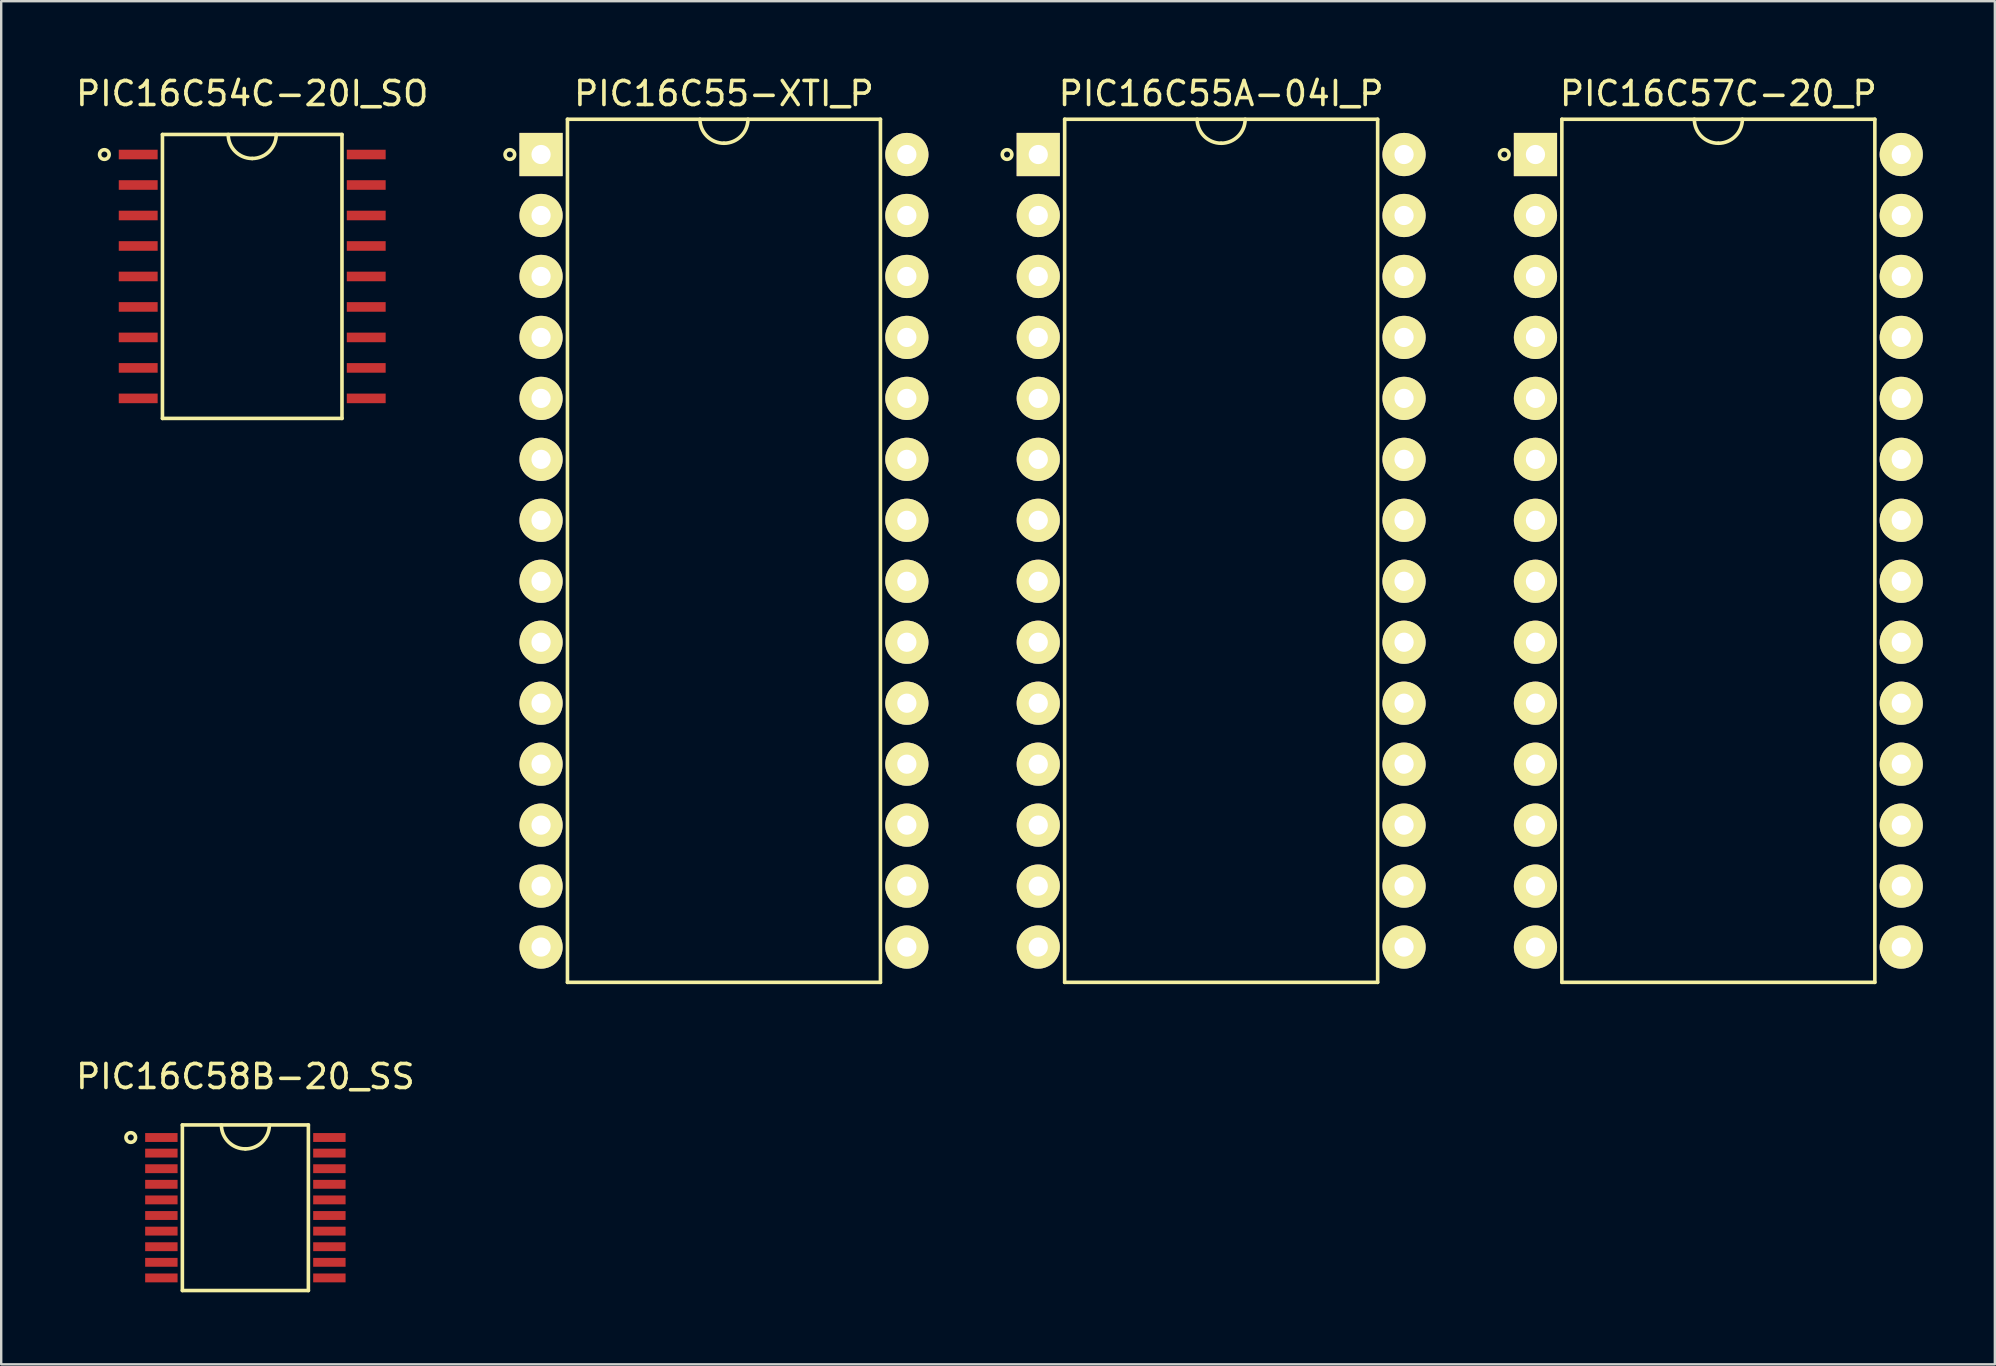
<source format=kicad_pcb>
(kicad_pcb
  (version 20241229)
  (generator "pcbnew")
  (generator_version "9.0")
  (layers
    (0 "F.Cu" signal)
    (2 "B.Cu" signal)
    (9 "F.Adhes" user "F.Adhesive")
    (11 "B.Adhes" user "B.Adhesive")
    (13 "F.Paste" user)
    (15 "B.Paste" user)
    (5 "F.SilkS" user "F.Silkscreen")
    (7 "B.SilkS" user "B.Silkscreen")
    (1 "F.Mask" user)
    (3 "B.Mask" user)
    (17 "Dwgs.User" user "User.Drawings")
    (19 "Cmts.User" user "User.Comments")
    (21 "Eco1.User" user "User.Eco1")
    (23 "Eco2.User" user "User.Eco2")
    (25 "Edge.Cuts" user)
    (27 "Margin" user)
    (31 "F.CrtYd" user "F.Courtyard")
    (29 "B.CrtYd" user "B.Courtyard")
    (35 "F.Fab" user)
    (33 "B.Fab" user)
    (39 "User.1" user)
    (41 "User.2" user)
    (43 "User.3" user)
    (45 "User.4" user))
  (footprint "PIC16C54C-20I_SO"
    (layer "F.Cu")
    (at 2.708 3.388)
    (property "Reference" "PIC16C54C-20I_SO" (at 4.75 -2.54 0) (layer "F.SilkS") (effects (font (size 1 1) (thickness 0.15))))
    (attr through_hole)
    (fp_line (start 1.01 -0.835) (end 8.49 -0.835) (stroke (width 0.15) (type solid)) (layer "F.SilkS"))
    (fp_line (start 1.01 10.995) (end 1.01 -0.835) (stroke (width 0.15) (type solid)) (layer "F.SilkS"))
    (fp_line (start 8.49 -0.835) (end 8.49 10.995) (stroke (width 0.15) (type solid)) (layer "F.SilkS"))
    (fp_line (start 8.49 10.995) (end 1.01 10.995) (stroke (width 0.15) (type solid)) (layer "F.SilkS"))
    (fp_arc (start 4.75 0.165) (mid 4.042893 -0.127893) (end 3.75 -0.835) (stroke (width 0.15) (type solid)) (layer "F.SilkS"))
    (fp_arc (start 5.75 -0.835) (mid 5.457107 -0.127893) (end 4.75 0.165) (stroke (width 0.15) (type solid)) (layer "F.SilkS"))
    (fp_circle (center -1.41 0) (end -1.41 0.2) (stroke (width 0.15) (type solid)) (fill no) (layer "F.SilkS"))
    (pad "1" smd rect (at 0 0) (size 1.62 0.4) (layers "F.Cu" "F.Mask" "F.Paste"))
    (pad "2" smd rect (at 0 1.27) (size 1.62 0.4) (layers "F.Cu" "F.Mask" "F.Paste"))
    (pad "3" smd rect (at 0 2.54) (size 1.62 0.4) (layers "F.Cu" "F.Mask" "F.Paste"))
    (pad "4" smd rect (at 0 3.81) (size 1.62 0.4) (layers "F.Cu" "F.Mask" "F.Paste"))
    (pad "5" smd rect (at 0 5.08) (size 1.62 0.4) (layers "F.Cu" "F.Mask" "F.Paste"))
    (pad "6" smd rect (at 0 6.35) (size 1.62 0.4) (layers "F.Cu" "F.Mask" "F.Paste"))
    (pad "7" smd rect (at 0 7.62) (size 1.62 0.4) (layers "F.Cu" "F.Mask" "F.Paste"))
    (pad "8" smd rect (at 0 8.89) (size 1.62 0.4) (layers "F.Cu" "F.Mask" "F.Paste"))
    (pad "9" smd rect (at 0 10.16) (size 1.62 0.4) (layers "F.Cu" "F.Mask" "F.Paste"))
    (pad "10" smd rect (at 9.5 10.16) (size 1.62 0.4) (layers "F.Cu" "F.Mask" "F.Paste"))
    (pad "11" smd rect (at 9.5 8.89) (size 1.62 0.4) (layers "F.Cu" "F.Mask" "F.Paste"))
    (pad "12" smd rect (at 9.5 7.62) (size 1.62 0.4) (layers "F.Cu" "F.Mask" "F.Paste"))
    (pad "13" smd rect (at 9.5 6.35) (size 1.62 0.4) (layers "F.Cu" "F.Mask" "F.Paste"))
    (pad "14" smd rect (at 9.5 5.08) (size 1.62 0.4) (layers "F.Cu" "F.Mask" "F.Paste"))
    (pad "15" smd rect (at 9.5 3.81) (size 1.62 0.4) (layers "F.Cu" "F.Mask" "F.Paste"))
    (pad "16" smd rect (at 9.5 2.54) (size 1.62 0.4) (layers "F.Cu" "F.Mask" "F.Paste"))
    (pad "17" smd rect (at 9.5 1.27) (size 1.62 0.4) (layers "F.Cu" "F.Mask" "F.Paste"))
    (pad "18" smd rect (at 9.5 0) (size 1.62 0.4) (layers "F.Cu" "F.Mask" "F.Paste")))
  (footprint "PIC16C57C-20_P"
    (layer "F.Cu")
    (at 60.922 3.388)
    (property "Reference" "PIC16C57C-20_P" (at 7.62 -2.54 0) (layer "F.SilkS") (effects (font (size 1 1) (thickness 0.15))))
    (attr through_hole)
    (fp_line (start 1.1 -1.47) (end 14.14 -1.47) (stroke (width 0.15) (type solid)) (layer "F.SilkS"))
    (fp_line (start 1.1 34.49) (end 1.1 -1.47) (stroke (width 0.15) (type solid)) (layer "F.SilkS"))
    (fp_line (start 14.14 -1.47) (end 14.14 34.49) (stroke (width 0.15) (type solid)) (layer "F.SilkS"))
    (fp_line (start 14.14 34.49) (end 1.1 34.49) (stroke (width 0.15) (type solid)) (layer "F.SilkS"))
    (fp_arc (start 7.62 -0.47) (mid 6.912893 -0.762893) (end 6.62 -1.47) (stroke (width 0.15) (type solid)) (layer "F.SilkS"))
    (fp_arc (start 8.62 -1.47) (mid 8.327107 -0.762893) (end 7.62 -0.47) (stroke (width 0.15) (type solid)) (layer "F.SilkS"))
    (fp_circle (center -1.3 0) (end -1.3 0.2) (stroke (width 0.15) (type solid)) (fill no) (layer "F.SilkS"))
    (pad "1" thru_hole rect (at 0 0) (size 1.8 1.8) (drill 0.8) (layers "*.Cu" "*.Mask" "F.SilkS"))
    (pad "2" thru_hole circle (at 0 2.54) (size 1.8 1.8) (drill 0.8) (layers "*.Cu" "*.Mask" "F.SilkS"))
    (pad "3" thru_hole circle (at 0 5.08) (size 1.8 1.8) (drill 0.8) (layers "*.Cu" "*.Mask" "F.SilkS"))
    (pad "4" thru_hole circle (at 0 7.62) (size 1.8 1.8) (drill 0.8) (layers "*.Cu" "*.Mask" "F.SilkS"))
    (pad "5" thru_hole circle (at 0 10.16) (size 1.8 1.8) (drill 0.8) (layers "*.Cu" "*.Mask" "F.SilkS"))
    (pad "6" thru_hole circle (at 0 12.7) (size 1.8 1.8) (drill 0.8) (layers "*.Cu" "*.Mask" "F.SilkS"))
    (pad "7" thru_hole circle (at 0 15.24) (size 1.8 1.8) (drill 0.8) (layers "*.Cu" "*.Mask" "F.SilkS"))
    (pad "8" thru_hole circle (at 0 17.78) (size 1.8 1.8) (drill 0.8) (layers "*.Cu" "*.Mask" "F.SilkS"))
    (pad "9" thru_hole circle (at 0 20.32) (size 1.8 1.8) (drill 0.8) (layers "*.Cu" "*.Mask" "F.SilkS"))
    (pad "10" thru_hole circle (at 0 22.86) (size 1.8 1.8) (drill 0.8) (layers "*.Cu" "*.Mask" "F.SilkS"))
    (pad "11" thru_hole circle (at 0 25.4) (size 1.8 1.8) (drill 0.8) (layers "*.Cu" "*.Mask" "F.SilkS"))
    (pad "12" thru_hole circle (at 0 27.94) (size 1.8 1.8) (drill 0.8) (layers "*.Cu" "*.Mask" "F.SilkS"))
    (pad "13" thru_hole circle (at 0 30.48) (size 1.8 1.8) (drill 0.8) (layers "*.Cu" "*.Mask" "F.SilkS"))
    (pad "14" thru_hole circle (at 0 33.02) (size 1.8 1.8) (drill 0.8) (layers "*.Cu" "*.Mask" "F.SilkS"))
    (pad "15" thru_hole circle (at 15.24 33.02) (size 1.8 1.8) (drill 0.8) (layers "*.Cu" "*.Mask" "F.SilkS"))
    (pad "16" thru_hole circle (at 15.24 30.48) (size 1.8 1.8) (drill 0.8) (layers "*.Cu" "*.Mask" "F.SilkS"))
    (pad "17" thru_hole circle (at 15.24 27.94) (size 1.8 1.8) (drill 0.8) (layers "*.Cu" "*.Mask" "F.SilkS"))
    (pad "18" thru_hole circle (at 15.24 25.4) (size 1.8 1.8) (drill 0.8) (layers "*.Cu" "*.Mask" "F.SilkS"))
    (pad "19" thru_hole circle (at 15.24 22.86) (size 1.8 1.8) (drill 0.8) (layers "*.Cu" "*.Mask" "F.SilkS"))
    (pad "20" thru_hole circle (at 15.24 20.32) (size 1.8 1.8) (drill 0.8) (layers "*.Cu" "*.Mask" "F.SilkS"))
    (pad "21" thru_hole circle (at 15.24 17.78) (size 1.8 1.8) (drill 0.8) (layers "*.Cu" "*.Mask" "F.SilkS"))
    (pad "22" thru_hole circle (at 15.24 15.24) (size 1.8 1.8) (drill 0.8) (layers "*.Cu" "*.Mask" "F.SilkS"))
    (pad "23" thru_hole circle (at 15.24 12.7) (size 1.8 1.8) (drill 0.8) (layers "*.Cu" "*.Mask" "F.SilkS"))
    (pad "24" thru_hole circle (at 15.24 10.16) (size 1.8 1.8) (drill 0.8) (layers "*.Cu" "*.Mask" "F.SilkS"))
    (pad "25" thru_hole circle (at 15.24 7.62) (size 1.8 1.8) (drill 0.8) (layers "*.Cu" "*.Mask" "F.SilkS"))
    (pad "26" thru_hole circle (at 15.24 5.08) (size 1.8 1.8) (drill 0.8) (layers "*.Cu" "*.Mask" "F.SilkS"))
    (pad "27" thru_hole circle (at 15.24 2.54) (size 1.8 1.8) (drill 0.8) (layers "*.Cu" "*.Mask" "F.SilkS"))
    (pad "28" thru_hole circle (at 15.24 0) (size 1.8 1.8) (drill 0.8) (layers "*.Cu" "*.Mask" "F.SilkS")))
  (footprint "PIC16C55A-04I_P"
    (layer "F.Cu")
    (at 40.207 3.388)
    (property "Reference" "PIC16C55A-04I_P" (at 7.62 -2.54 0) (layer "F.SilkS") (effects (font (size 1 1) (thickness 0.15))))
    (attr through_hole)
    (fp_line (start 1.1 -1.47) (end 14.14 -1.47) (stroke (width 0.15) (type solid)) (layer "F.SilkS"))
    (fp_line (start 1.1 34.49) (end 1.1 -1.47) (stroke (width 0.15) (type solid)) (layer "F.SilkS"))
    (fp_line (start 14.14 -1.47) (end 14.14 34.49) (stroke (width 0.15) (type solid)) (layer "F.SilkS"))
    (fp_line (start 14.14 34.49) (end 1.1 34.49) (stroke (width 0.15) (type solid)) (layer "F.SilkS"))
    (fp_arc (start 7.62 -0.47) (mid 6.912893 -0.762893) (end 6.62 -1.47) (stroke (width 0.15) (type solid)) (layer "F.SilkS"))
    (fp_arc (start 8.62 -1.47) (mid 8.327107 -0.762893) (end 7.62 -0.47) (stroke (width 0.15) (type solid)) (layer "F.SilkS"))
    (fp_circle (center -1.3 0) (end -1.3 0.2) (stroke (width 0.15) (type solid)) (fill no) (layer "F.SilkS"))
    (pad "1" thru_hole rect (at 0 0) (size 1.8 1.8) (drill 0.8) (layers "*.Cu" "*.Mask" "F.SilkS"))
    (pad "2" thru_hole circle (at 0 2.54) (size 1.8 1.8) (drill 0.8) (layers "*.Cu" "*.Mask" "F.SilkS"))
    (pad "3" thru_hole circle (at 0 5.08) (size 1.8 1.8) (drill 0.8) (layers "*.Cu" "*.Mask" "F.SilkS"))
    (pad "4" thru_hole circle (at 0 7.62) (size 1.8 1.8) (drill 0.8) (layers "*.Cu" "*.Mask" "F.SilkS"))
    (pad "5" thru_hole circle (at 0 10.16) (size 1.8 1.8) (drill 0.8) (layers "*.Cu" "*.Mask" "F.SilkS"))
    (pad "6" thru_hole circle (at 0 12.7) (size 1.8 1.8) (drill 0.8) (layers "*.Cu" "*.Mask" "F.SilkS"))
    (pad "7" thru_hole circle (at 0 15.24) (size 1.8 1.8) (drill 0.8) (layers "*.Cu" "*.Mask" "F.SilkS"))
    (pad "8" thru_hole circle (at 0 17.78) (size 1.8 1.8) (drill 0.8) (layers "*.Cu" "*.Mask" "F.SilkS"))
    (pad "9" thru_hole circle (at 0 20.32) (size 1.8 1.8) (drill 0.8) (layers "*.Cu" "*.Mask" "F.SilkS"))
    (pad "10" thru_hole circle (at 0 22.86) (size 1.8 1.8) (drill 0.8) (layers "*.Cu" "*.Mask" "F.SilkS"))
    (pad "11" thru_hole circle (at 0 25.4) (size 1.8 1.8) (drill 0.8) (layers "*.Cu" "*.Mask" "F.SilkS"))
    (pad "12" thru_hole circle (at 0 27.94) (size 1.8 1.8) (drill 0.8) (layers "*.Cu" "*.Mask" "F.SilkS"))
    (pad "13" thru_hole circle (at 0 30.48) (size 1.8 1.8) (drill 0.8) (layers "*.Cu" "*.Mask" "F.SilkS"))
    (pad "14" thru_hole circle (at 0 33.02) (size 1.8 1.8) (drill 0.8) (layers "*.Cu" "*.Mask" "F.SilkS"))
    (pad "15" thru_hole circle (at 15.24 33.02) (size 1.8 1.8) (drill 0.8) (layers "*.Cu" "*.Mask" "F.SilkS"))
    (pad "16" thru_hole circle (at 15.24 30.48) (size 1.8 1.8) (drill 0.8) (layers "*.Cu" "*.Mask" "F.SilkS"))
    (pad "17" thru_hole circle (at 15.24 27.94) (size 1.8 1.8) (drill 0.8) (layers "*.Cu" "*.Mask" "F.SilkS"))
    (pad "18" thru_hole circle (at 15.24 25.4) (size 1.8 1.8) (drill 0.8) (layers "*.Cu" "*.Mask" "F.SilkS"))
    (pad "19" thru_hole circle (at 15.24 22.86) (size 1.8 1.8) (drill 0.8) (layers "*.Cu" "*.Mask" "F.SilkS"))
    (pad "20" thru_hole circle (at 15.24 20.32) (size 1.8 1.8) (drill 0.8) (layers "*.Cu" "*.Mask" "F.SilkS"))
    (pad "21" thru_hole circle (at 15.24 17.78) (size 1.8 1.8) (drill 0.8) (layers "*.Cu" "*.Mask" "F.SilkS"))
    (pad "22" thru_hole circle (at 15.24 15.24) (size 1.8 1.8) (drill 0.8) (layers "*.Cu" "*.Mask" "F.SilkS"))
    (pad "23" thru_hole circle (at 15.24 12.7) (size 1.8 1.8) (drill 0.8) (layers "*.Cu" "*.Mask" "F.SilkS"))
    (pad "24" thru_hole circle (at 15.24 10.16) (size 1.8 1.8) (drill 0.8) (layers "*.Cu" "*.Mask" "F.SilkS"))
    (pad "25" thru_hole circle (at 15.24 7.62) (size 1.8 1.8) (drill 0.8) (layers "*.Cu" "*.Mask" "F.SilkS"))
    (pad "26" thru_hole circle (at 15.24 5.08) (size 1.8 1.8) (drill 0.8) (layers "*.Cu" "*.Mask" "F.SilkS"))
    (pad "27" thru_hole circle (at 15.24 2.54) (size 1.8 1.8) (drill 0.8) (layers "*.Cu" "*.Mask" "F.SilkS"))
    (pad "28" thru_hole circle (at 15.24 0) (size 1.8 1.8) (drill 0.8) (layers "*.Cu" "*.Mask" "F.SilkS")))
  (footprint "PIC16C58B-20_SS"
    (layer "F.Cu")
    (at 3.673 44.342)
    (property "Reference" "PIC16C58B-20_SS" (at 3.5 -2.54 0) (layer "F.SilkS") (effects (font (size 1 1) (thickness 0.15))))
    (attr through_hole)
    (fp_line (start 0.875 -0.525) (end 6.125 -0.525) (stroke (width 0.15) (type solid)) (layer "F.SilkS"))
    (fp_line (start 0.875 6.375) (end 0.875 -0.525) (stroke (width 0.15) (type solid)) (layer "F.SilkS"))
    (fp_line (start 6.125 -0.525) (end 6.125 6.375) (stroke (width 0.15) (type solid)) (layer "F.SilkS"))
    (fp_line (start 6.125 6.375) (end 0.875 6.375) (stroke (width 0.15) (type solid)) (layer "F.SilkS"))
    (fp_arc (start 3.5 0.475) (mid 2.792893 0.182107) (end 2.5 -0.525) (stroke (width 0.15) (type solid)) (layer "F.SilkS"))
    (fp_arc (start 4.5 -0.525) (mid 4.207107 0.182107) (end 3.5 0.475) (stroke (width 0.15) (type solid)) (layer "F.SilkS"))
    (fp_circle (center -1.275 0) (end -1.275 0.2) (stroke (width 0.15) (type solid)) (fill no) (layer "F.SilkS"))
    (pad "1" smd rect (at 0 0) (size 1.35 0.37) (layers "F.Cu" "F.Mask" "F.Paste"))
    (pad "2" smd rect (at 0 0.65) (size 1.35 0.37) (layers "F.Cu" "F.Mask" "F.Paste"))
    (pad "3" smd rect (at 0 1.3) (size 1.35 0.37) (layers "F.Cu" "F.Mask" "F.Paste"))
    (pad "4" smd rect (at 0 1.95) (size 1.35 0.37) (layers "F.Cu" "F.Mask" "F.Paste"))
    (pad "5" smd rect (at 0 2.6) (size 1.35 0.37) (layers "F.Cu" "F.Mask" "F.Paste"))
    (pad "6" smd rect (at 0 3.25) (size 1.35 0.37) (layers "F.Cu" "F.Mask" "F.Paste"))
    (pad "7" smd rect (at 0 3.9) (size 1.35 0.37) (layers "F.Cu" "F.Mask" "F.Paste"))
    (pad "8" smd rect (at 0 4.55) (size 1.35 0.37) (layers "F.Cu" "F.Mask" "F.Paste"))
    (pad "9" smd rect (at 0 5.2) (size 1.35 0.37) (layers "F.Cu" "F.Mask" "F.Paste"))
    (pad "10" smd rect (at 0 5.85) (size 1.35 0.37) (layers "F.Cu" "F.Mask" "F.Paste"))
    (pad "11" smd rect (at 7 5.85) (size 1.35 0.37) (layers "F.Cu" "F.Mask" "F.Paste"))
    (pad "12" smd rect (at 7 5.2) (size 1.35 0.37) (layers "F.Cu" "F.Mask" "F.Paste"))
    (pad "13" smd rect (at 7 4.55) (size 1.35 0.37) (layers "F.Cu" "F.Mask" "F.Paste"))
    (pad "14" smd rect (at 7 3.9) (size 1.35 0.37) (layers "F.Cu" "F.Mask" "F.Paste"))
    (pad "15" smd rect (at 7 3.25) (size 1.35 0.37) (layers "F.Cu" "F.Mask" "F.Paste"))
    (pad "16" smd rect (at 7 2.6) (size 1.35 0.37) (layers "F.Cu" "F.Mask" "F.Paste"))
    (pad "17" smd rect (at 7 1.95) (size 1.35 0.37) (layers "F.Cu" "F.Mask" "F.Paste"))
    (pad "18" smd rect (at 7 1.3) (size 1.35 0.37) (layers "F.Cu" "F.Mask" "F.Paste"))
    (pad "19" smd rect (at 7 0.65) (size 1.35 0.37) (layers "F.Cu" "F.Mask" "F.Paste"))
    (pad "20" smd rect (at 7 0) (size 1.35 0.37) (layers "F.Cu" "F.Mask" "F.Paste")))
  (footprint "PIC16C55-XTI_P"
    (layer "F.Cu")
    (at 19.492 3.388)
    (property "Reference" "PIC16C55-XTI_P" (at 7.62 -2.54 0) (layer "F.SilkS") (effects (font (size 1 1) (thickness 0.15))))
    (attr through_hole)
    (fp_line (start 1.1 -1.47) (end 14.14 -1.47) (stroke (width 0.15) (type solid)) (layer "F.SilkS"))
    (fp_line (start 1.1 34.49) (end 1.1 -1.47) (stroke (width 0.15) (type solid)) (layer "F.SilkS"))
    (fp_line (start 14.14 -1.47) (end 14.14 34.49) (stroke (width 0.15) (type solid)) (layer "F.SilkS"))
    (fp_line (start 14.14 34.49) (end 1.1 34.49) (stroke (width 0.15) (type solid)) (layer "F.SilkS"))
    (fp_arc (start 7.62 -0.47) (mid 6.912893 -0.762893) (end 6.62 -1.47) (stroke (width 0.15) (type solid)) (layer "F.SilkS"))
    (fp_arc (start 8.62 -1.47) (mid 8.327107 -0.762893) (end 7.62 -0.47) (stroke (width 0.15) (type solid)) (layer "F.SilkS"))
    (fp_circle (center -1.3 0) (end -1.3 0.2) (stroke (width 0.15) (type solid)) (fill no) (layer "F.SilkS"))
    (pad "1" thru_hole rect (at 0 0) (size 1.8 1.8) (drill 0.8) (layers "*.Cu" "*.Mask" "F.SilkS"))
    (pad "2" thru_hole circle (at 0 2.54) (size 1.8 1.8) (drill 0.8) (layers "*.Cu" "*.Mask" "F.SilkS"))
    (pad "3" thru_hole circle (at 0 5.08) (size 1.8 1.8) (drill 0.8) (layers "*.Cu" "*.Mask" "F.SilkS"))
    (pad "4" thru_hole circle (at 0 7.62) (size 1.8 1.8) (drill 0.8) (layers "*.Cu" "*.Mask" "F.SilkS"))
    (pad "5" thru_hole circle (at 0 10.16) (size 1.8 1.8) (drill 0.8) (layers "*.Cu" "*.Mask" "F.SilkS"))
    (pad "6" thru_hole circle (at 0 12.7) (size 1.8 1.8) (drill 0.8) (layers "*.Cu" "*.Mask" "F.SilkS"))
    (pad "7" thru_hole circle (at 0 15.24) (size 1.8 1.8) (drill 0.8) (layers "*.Cu" "*.Mask" "F.SilkS"))
    (pad "8" thru_hole circle (at 0 17.78) (size 1.8 1.8) (drill 0.8) (layers "*.Cu" "*.Mask" "F.SilkS"))
    (pad "9" thru_hole circle (at 0 20.32) (size 1.8 1.8) (drill 0.8) (layers "*.Cu" "*.Mask" "F.SilkS"))
    (pad "10" thru_hole circle (at 0 22.86) (size 1.8 1.8) (drill 0.8) (layers "*.Cu" "*.Mask" "F.SilkS"))
    (pad "11" thru_hole circle (at 0 25.4) (size 1.8 1.8) (drill 0.8) (layers "*.Cu" "*.Mask" "F.SilkS"))
    (pad "12" thru_hole circle (at 0 27.94) (size 1.8 1.8) (drill 0.8) (layers "*.Cu" "*.Mask" "F.SilkS"))
    (pad "13" thru_hole circle (at 0 30.48) (size 1.8 1.8) (drill 0.8) (layers "*.Cu" "*.Mask" "F.SilkS"))
    (pad "14" thru_hole circle (at 0 33.02) (size 1.8 1.8) (drill 0.8) (layers "*.Cu" "*.Mask" "F.SilkS"))
    (pad "15" thru_hole circle (at 15.24 33.02) (size 1.8 1.8) (drill 0.8) (layers "*.Cu" "*.Mask" "F.SilkS"))
    (pad "16" thru_hole circle (at 15.24 30.48) (size 1.8 1.8) (drill 0.8) (layers "*.Cu" "*.Mask" "F.SilkS"))
    (pad "17" thru_hole circle (at 15.24 27.94) (size 1.8 1.8) (drill 0.8) (layers "*.Cu" "*.Mask" "F.SilkS"))
    (pad "18" thru_hole circle (at 15.24 25.4) (size 1.8 1.8) (drill 0.8) (layers "*.Cu" "*.Mask" "F.SilkS"))
    (pad "19" thru_hole circle (at 15.24 22.86) (size 1.8 1.8) (drill 0.8) (layers "*.Cu" "*.Mask" "F.SilkS"))
    (pad "20" thru_hole circle (at 15.24 20.32) (size 1.8 1.8) (drill 0.8) (layers "*.Cu" "*.Mask" "F.SilkS"))
    (pad "21" thru_hole circle (at 15.24 17.78) (size 1.8 1.8) (drill 0.8) (layers "*.Cu" "*.Mask" "F.SilkS"))
    (pad "22" thru_hole circle (at 15.24 15.24) (size 1.8 1.8) (drill 0.8) (layers "*.Cu" "*.Mask" "F.SilkS"))
    (pad "23" thru_hole circle (at 15.24 12.7) (size 1.8 1.8) (drill 0.8) (layers "*.Cu" "*.Mask" "F.SilkS"))
    (pad "24" thru_hole circle (at 15.24 10.16) (size 1.8 1.8) (drill 0.8) (layers "*.Cu" "*.Mask" "F.SilkS"))
    (pad "25" thru_hole circle (at 15.24 7.62) (size 1.8 1.8) (drill 0.8) (layers "*.Cu" "*.Mask" "F.SilkS"))
    (pad "26" thru_hole circle (at 15.24 5.08) (size 1.8 1.8) (drill 0.8) (layers "*.Cu" "*.Mask" "F.SilkS"))
    (pad "27" thru_hole circle (at 15.24 2.54) (size 1.8 1.8) (drill 0.8) (layers "*.Cu" "*.Mask" "F.SilkS"))
    (pad "28" thru_hole circle (at 15.24 0) (size 1.8 1.8) (drill 0.8) (layers "*.Cu" "*.Mask" "F.SilkS")))
  (gr_rect
    (start -3 -3)
    (end 80.062 53.791)
    (stroke (width 0.1) (type default))
    (fill no)
    (layer "Edge.Cuts")))
</source>
